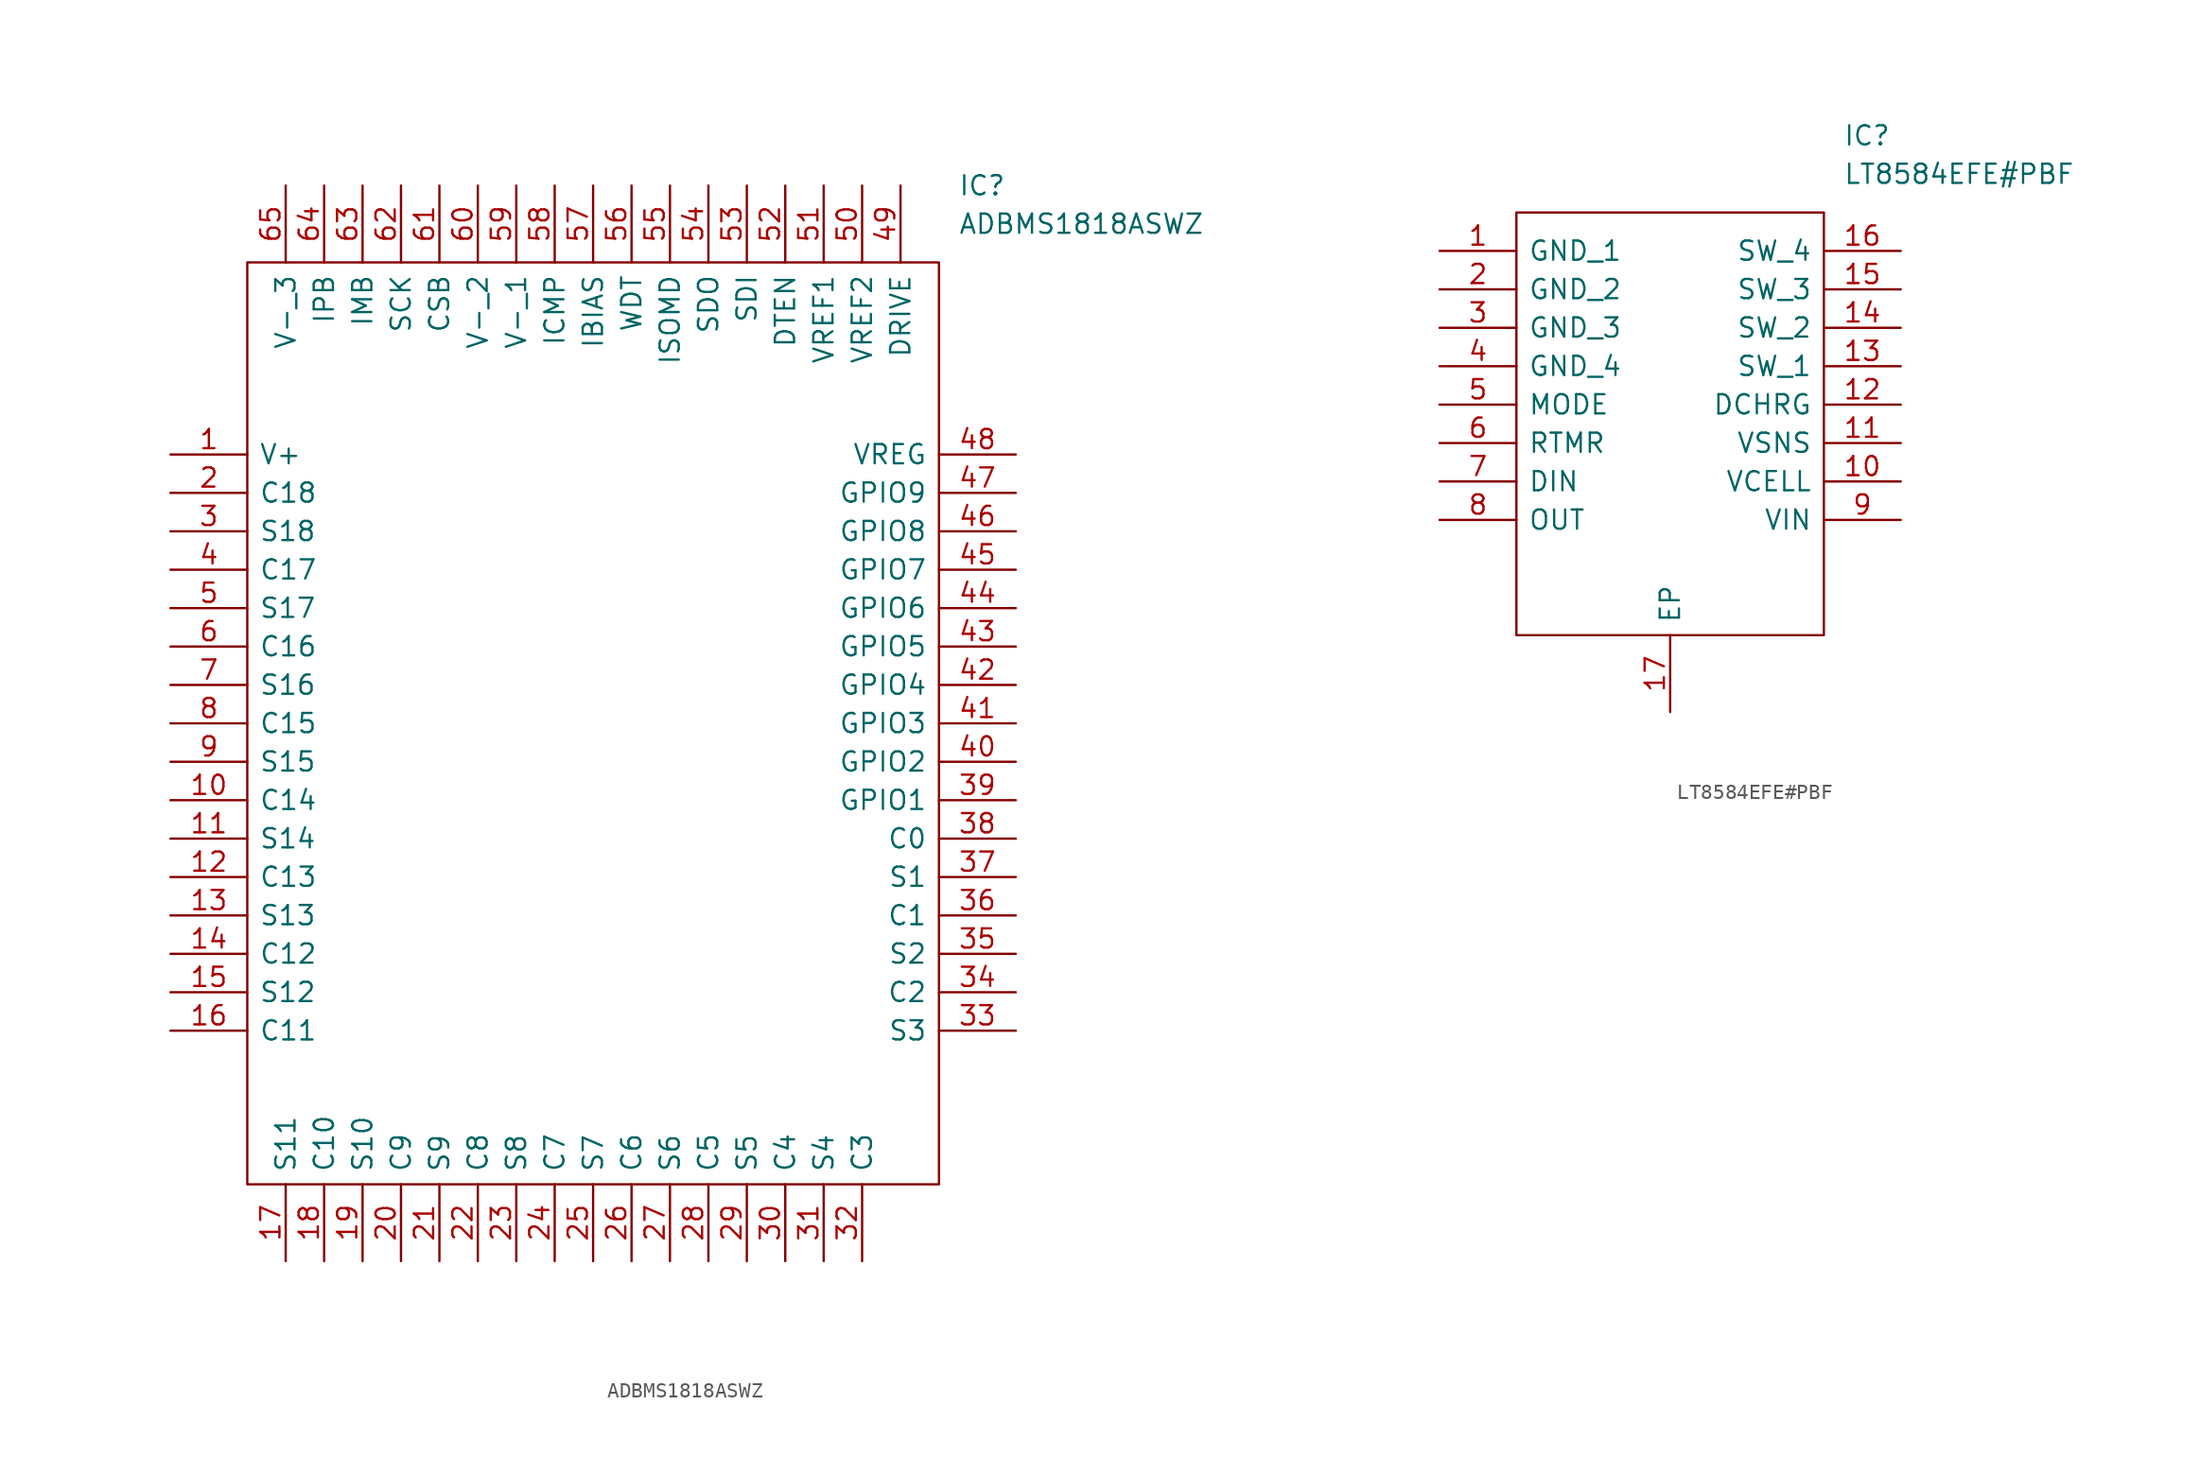
<source format=kicad_sym>
(kicad_symbol_lib
  (version 20211014)
  (generator kicad_symbol_editor)
  (symbol "ADBMS1818ASWZ"
    (pin_names
      (offset 0.762))
    (property "Reference" "IC"
      (at 52.07 17.78 0)
      (effects (font (size 1.27 1.27)) (justify left)))
    (property "Value" "ADBMS1818ASWZ"
      (at 52.07 15.24 0)
      (effects (font (size 1.27 1.27)) (justify left)))
    (symbol "ADBMS1818ASWZ_0_0"
      (pin passive line (at 0 0 0) (length 5.08) (name "V+" (effects (font (size 1.27 1.27)))) (number "1" (effects (font (size 1.27 1.27)))))
      (pin passive line (at 0 -22.86 0) (length 5.08) (name "C14" (effects (font (size 1.27 1.27)))) (number "10" (effects (font (size 1.27 1.27)))))
      (pin passive line (at 0 -25.4 0) (length 5.08) (name "S14" (effects (font (size 1.27 1.27)))) (number "11" (effects (font (size 1.27 1.27)))))
      (pin passive line (at 0 -27.94 0) (length 5.08) (name "C13" (effects (font (size 1.27 1.27)))) (number "12" (effects (font (size 1.27 1.27)))))
      (pin passive line (at 0 -30.48 0) (length 5.08) (name "S13" (effects (font (size 1.27 1.27)))) (number "13" (effects (font (size 1.27 1.27)))))
      (pin passive line (at 0 -33.02 0) (length 5.08) (name "C12" (effects (font (size 1.27 1.27)))) (number "14" (effects (font (size 1.27 1.27)))))
      (pin passive line (at 0 -35.56 0) (length 5.08) (name "S12" (effects (font (size 1.27 1.27)))) (number "15" (effects (font (size 1.27 1.27)))))
      (pin passive line (at 0 -38.1 0) (length 5.08) (name "C11" (effects (font (size 1.27 1.27)))) (number "16" (effects (font (size 1.27 1.27)))))
      (pin passive line (at 7.62 -53.34 90) (length 5.08) (name "S11" (effects (font (size 1.27 1.27)))) (number "17" (effects (font (size 1.27 1.27)))))
      (pin passive line (at 10.16 -53.34 90) (length 5.08) (name "C10" (effects (font (size 1.27 1.27)))) (number "18" (effects (font (size 1.27 1.27)))))
      (pin passive line (at 12.7 -53.34 90) (length 5.08) (name "S10" (effects (font (size 1.27 1.27)))) (number "19" (effects (font (size 1.27 1.27)))))
      (pin passive line (at 0 -2.54 0) (length 5.08) (name "C18" (effects (font (size 1.27 1.27)))) (number "2" (effects (font (size 1.27 1.27)))))
      (pin passive line (at 15.24 -53.34 90) (length 5.08) (name "C9" (effects (font (size 1.27 1.27)))) (number "20" (effects (font (size 1.27 1.27)))))
      (pin passive line (at 17.78 -53.34 90) (length 5.08) (name "S9" (effects (font (size 1.27 1.27)))) (number "21" (effects (font (size 1.27 1.27)))))
      (pin passive line (at 20.32 -53.34 90) (length 5.08) (name "C8" (effects (font (size 1.27 1.27)))) (number "22" (effects (font (size 1.27 1.27)))))
      (pin passive line (at 22.86 -53.34 90) (length 5.08) (name "S8" (effects (font (size 1.27 1.27)))) (number "23" (effects (font (size 1.27 1.27)))))
      (pin passive line (at 25.4 -53.34 90) (length 5.08) (name "C7" (effects (font (size 1.27 1.27)))) (number "24" (effects (font (size 1.27 1.27)))))
      (pin passive line (at 27.94 -53.34 90) (length 5.08) (name "S7" (effects (font (size 1.27 1.27)))) (number "25" (effects (font (size 1.27 1.27)))))
      (pin passive line (at 30.48 -53.34 90) (length 5.08) (name "C6" (effects (font (size 1.27 1.27)))) (number "26" (effects (font (size 1.27 1.27)))))
      (pin passive line (at 33.02 -53.34 90) (length 5.08) (name "S6" (effects (font (size 1.27 1.27)))) (number "27" (effects (font (size 1.27 1.27)))))
      (pin passive line (at 35.56 -53.34 90) (length 5.08) (name "C5" (effects (font (size 1.27 1.27)))) (number "28" (effects (font (size 1.27 1.27)))))
      (pin passive line (at 38.1 -53.34 90) (length 5.08) (name "S5" (effects (font (size 1.27 1.27)))) (number "29" (effects (font (size 1.27 1.27)))))
      (pin passive line (at 0 -5.08 0) (length 5.08) (name "S18" (effects (font (size 1.27 1.27)))) (number "3" (effects (font (size 1.27 1.27)))))
      (pin passive line (at 40.64 -53.34 90) (length 5.08) (name "C4" (effects (font (size 1.27 1.27)))) (number "30" (effects (font (size 1.27 1.27)))))
      (pin passive line (at 43.18 -53.34 90) (length 5.08) (name "S4" (effects (font (size 1.27 1.27)))) (number "31" (effects (font (size 1.27 1.27)))))
      (pin passive line (at 45.72 -53.34 90) (length 5.08) (name "C3" (effects (font (size 1.27 1.27)))) (number "32" (effects (font (size 1.27 1.27)))))
      (pin passive line (at 55.88 -38.1 180) (length 5.08) (name "S3" (effects (font (size 1.27 1.27)))) (number "33" (effects (font (size 1.27 1.27)))))
      (pin passive line (at 55.88 -35.56 180) (length 5.08) (name "C2" (effects (font (size 1.27 1.27)))) (number "34" (effects (font (size 1.27 1.27)))))
      (pin passive line (at 55.88 -33.02 180) (length 5.08) (name "S2" (effects (font (size 1.27 1.27)))) (number "35" (effects (font (size 1.27 1.27)))))
      (pin passive line (at 55.88 -30.48 180) (length 5.08) (name "C1" (effects (font (size 1.27 1.27)))) (number "36" (effects (font (size 1.27 1.27)))))
      (pin passive line (at 55.88 -27.94 180) (length 5.08) (name "S1" (effects (font (size 1.27 1.27)))) (number "37" (effects (font (size 1.27 1.27)))))
      (pin passive line (at 55.88 -25.4 180) (length 5.08) (name "C0" (effects (font (size 1.27 1.27)))) (number "38" (effects (font (size 1.27 1.27)))))
      (pin passive line (at 55.88 -22.86 180) (length 5.08) (name "GPIO1" (effects (font (size 1.27 1.27)))) (number "39" (effects (font (size 1.27 1.27)))))
      (pin passive line (at 0 -7.62 0) (length 5.08) (name "C17" (effects (font (size 1.27 1.27)))) (number "4" (effects (font (size 1.27 1.27)))))
      (pin passive line (at 55.88 -20.32 180) (length 5.08) (name "GPIO2" (effects (font (size 1.27 1.27)))) (number "40" (effects (font (size 1.27 1.27)))))
      (pin passive line (at 55.88 -17.78 180) (length 5.08) (name "GPIO3" (effects (font (size 1.27 1.27)))) (number "41" (effects (font (size 1.27 1.27)))))
      (pin passive line (at 55.88 -15.24 180) (length 5.08) (name "GPIO4" (effects (font (size 1.27 1.27)))) (number "42" (effects (font (size 1.27 1.27)))))
      (pin passive line (at 55.88 -12.7 180) (length 5.08) (name "GPIO5" (effects (font (size 1.27 1.27)))) (number "43" (effects (font (size 1.27 1.27)))))
      (pin passive line (at 55.88 -10.16 180) (length 5.08) (name "GPIO6" (effects (font (size 1.27 1.27)))) (number "44" (effects (font (size 1.27 1.27)))))
      (pin passive line (at 55.88 -7.62 180) (length 5.08) (name "GPIO7" (effects (font (size 1.27 1.27)))) (number "45" (effects (font (size 1.27 1.27)))))
      (pin passive line (at 55.88 -5.08 180) (length 5.08) (name "GPIO8" (effects (font (size 1.27 1.27)))) (number "46" (effects (font (size 1.27 1.27)))))
      (pin passive line (at 55.88 -2.54 180) (length 5.08) (name "GPIO9" (effects (font (size 1.27 1.27)))) (number "47" (effects (font (size 1.27 1.27)))))
      (pin passive line (at 55.88 0 180) (length 5.08) (name "VREG" (effects (font (size 1.27 1.27)))) (number "48" (effects (font (size 1.27 1.27)))))
      (pin passive line (at 48.26 17.78 270) (length 5.08) (name "DRIVE" (effects (font (size 1.27 1.27)))) (number "49" (effects (font (size 1.27 1.27)))))
      (pin passive line (at 0 -10.16 0) (length 5.08) (name "S17" (effects (font (size 1.27 1.27)))) (number "5" (effects (font (size 1.27 1.27)))))
      (pin passive line (at 45.72 17.78 270) (length 5.08) (name "VREF2" (effects (font (size 1.27 1.27)))) (number "50" (effects (font (size 1.27 1.27)))))
      (pin passive line (at 43.18 17.78 270) (length 5.08) (name "VREF1" (effects (font (size 1.27 1.27)))) (number "51" (effects (font (size 1.27 1.27)))))
      (pin passive line (at 40.64 17.78 270) (length 5.08) (name "DTEN" (effects (font (size 1.27 1.27)))) (number "52" (effects (font (size 1.27 1.27)))))
      (pin passive line (at 38.1 17.78 270) (length 5.08) (name "SDI" (effects (font (size 1.27 1.27)))) (number "53" (effects (font (size 1.27 1.27)))))
      (pin passive line (at 35.56 17.78 270) (length 5.08) (name "SDO" (effects (font (size 1.27 1.27)))) (number "54" (effects (font (size 1.27 1.27)))))
      (pin passive line (at 33.02 17.78 270) (length 5.08) (name "ISOMD" (effects (font (size 1.27 1.27)))) (number "55" (effects (font (size 1.27 1.27)))))
      (pin passive line (at 30.48 17.78 270) (length 5.08) (name "WDT" (effects (font (size 1.27 1.27)))) (number "56" (effects (font (size 1.27 1.27)))))
      (pin passive line (at 27.94 17.78 270) (length 5.08) (name "IBIAS" (effects (font (size 1.27 1.27)))) (number "57" (effects (font (size 1.27 1.27)))))
      (pin passive line (at 25.4 17.78 270) (length 5.08) (name "ICMP" (effects (font (size 1.27 1.27)))) (number "58" (effects (font (size 1.27 1.27)))))
      (pin passive line (at 22.86 17.78 270) (length 5.08) (name "V-_1" (effects (font (size 1.27 1.27)))) (number "59" (effects (font (size 1.27 1.27)))))
      (pin passive line (at 0 -12.7 0) (length 5.08) (name "C16" (effects (font (size 1.27 1.27)))) (number "6" (effects (font (size 1.27 1.27)))))
      (pin passive line (at 20.32 17.78 270) (length 5.08) (name "V-_2" (effects (font (size 1.27 1.27)))) (number "60" (effects (font (size 1.27 1.27)))))
      (pin passive line (at 17.78 17.78 270) (length 5.08) (name "CSB" (effects (font (size 1.27 1.27)))) (number "61" (effects (font (size 1.27 1.27)))))
      (pin passive line (at 15.24 17.78 270) (length 5.08) (name "SCK" (effects (font (size 1.27 1.27)))) (number "62" (effects (font (size 1.27 1.27)))))
      (pin passive line (at 12.7 17.78 270) (length 5.08) (name "IMB" (effects (font (size 1.27 1.27)))) (number "63" (effects (font (size 1.27 1.27)))))
      (pin passive line (at 10.16 17.78 270) (length 5.08) (name "IPB" (effects (font (size 1.27 1.27)))) (number "64" (effects (font (size 1.27 1.27)))))
      (pin passive line (at 7.62 17.78 270) (length 5.08) (name "V-_3" (effects (font (size 1.27 1.27)))) (number "65" (effects (font (size 1.27 1.27)))))
      (pin passive line (at 0 -15.24 0) (length 5.08) (name "S16" (effects (font (size 1.27 1.27)))) (number "7" (effects (font (size 1.27 1.27)))))
      (pin passive line (at 0 -17.78 0) (length 5.08) (name "C15" (effects (font (size 1.27 1.27)))) (number "8" (effects (font (size 1.27 1.27)))))
      (pin passive line (at 0 -20.32 0) (length 5.08) (name "S15" (effects (font (size 1.27 1.27)))) (number "9" (effects (font (size 1.27 1.27))))))
    (symbol "ADBMS1818ASWZ_0_1"
      (polyline (pts (xy 5.08 12.7) (xy 50.8 12.7) (xy 50.8 -48.26) (xy 5.08 -48.26) (xy 5.08 12.7)) (stroke (width 0.152) (type default) (color 0 0 0 0)) (fill (type none)))))
  (symbol "LT8584EFE#PBF"
    (pin_names
      (offset 0.762))
    (property "Reference" "IC"
      (at 26.67 7.62 0)
      (effects (font (size 1.27 1.27)) (justify left)))
    (property "Value" "LT8584EFE#PBF"
      (at 26.67 5.08 0)
      (effects (font (size 1.27 1.27)) (justify left)))
    (symbol "LT8584EFE#PBF_0_0"
      (pin passive line (at 0 0 0) (length 5.08) (name "GND_1" (effects (font (size 1.27 1.27)))) (number "1" (effects (font (size 1.27 1.27)))))
      (pin passive line (at 30.48 -15.24 180) (length 5.08) (name "VCELL" (effects (font (size 1.27 1.27)))) (number "10" (effects (font (size 1.27 1.27)))))
      (pin passive line (at 30.48 -12.7 180) (length 5.08) (name "VSNS" (effects (font (size 1.27 1.27)))) (number "11" (effects (font (size 1.27 1.27)))))
      (pin passive line (at 30.48 -10.16 180) (length 5.08) (name "DCHRG" (effects (font (size 1.27 1.27)))) (number "12" (effects (font (size 1.27 1.27)))))
      (pin passive line (at 30.48 -7.62 180) (length 5.08) (name "SW_1" (effects (font (size 1.27 1.27)))) (number "13" (effects (font (size 1.27 1.27)))))
      (pin passive line (at 30.48 -5.08 180) (length 5.08) (name "SW_2" (effects (font (size 1.27 1.27)))) (number "14" (effects (font (size 1.27 1.27)))))
      (pin passive line (at 30.48 -2.54 180) (length 5.08) (name "SW_3" (effects (font (size 1.27 1.27)))) (number "15" (effects (font (size 1.27 1.27)))))
      (pin passive line (at 30.48 0 180) (length 5.08) (name "SW_4" (effects (font (size 1.27 1.27)))) (number "16" (effects (font (size 1.27 1.27)))))
      (pin passive line (at 15.24 -30.48 90) (length 5.08) (name "EP" (effects (font (size 1.27 1.27)))) (number "17" (effects (font (size 1.27 1.27)))))
      (pin passive line (at 0 -2.54 0) (length 5.08) (name "GND_2" (effects (font (size 1.27 1.27)))) (number "2" (effects (font (size 1.27 1.27)))))
      (pin passive line (at 0 -5.08 0) (length 5.08) (name "GND_3" (effects (font (size 1.27 1.27)))) (number "3" (effects (font (size 1.27 1.27)))))
      (pin passive line (at 0 -7.62 0) (length 5.08) (name "GND_4" (effects (font (size 1.27 1.27)))) (number "4" (effects (font (size 1.27 1.27)))))
      (pin passive line (at 0 -10.16 0) (length 5.08) (name "MODE" (effects (font (size 1.27 1.27)))) (number "5" (effects (font (size 1.27 1.27)))))
      (pin passive line (at 0 -12.7 0) (length 5.08) (name "RTMR" (effects (font (size 1.27 1.27)))) (number "6" (effects (font (size 1.27 1.27)))))
      (pin passive line (at 0 -15.24 0) (length 5.08) (name "DIN" (effects (font (size 1.27 1.27)))) (number "7" (effects (font (size 1.27 1.27)))))
      (pin passive line (at 0 -17.78 0) (length 5.08) (name "OUT" (effects (font (size 1.27 1.27)))) (number "8" (effects (font (size 1.27 1.27)))))
      (pin passive line (at 30.48 -17.78 180) (length 5.08) (name "VIN" (effects (font (size 1.27 1.27)))) (number "9" (effects (font (size 1.27 1.27))))))
    (symbol "LT8584EFE#PBF_0_1"
      (polyline (pts (xy 5.08 2.54) (xy 25.4 2.54) (xy 25.4 -25.4) (xy 5.08 -25.4) (xy 5.08 2.54)) (stroke (width 0.152) (type default) (color 0 0 0 0)) (fill (type none))))))
</source>
